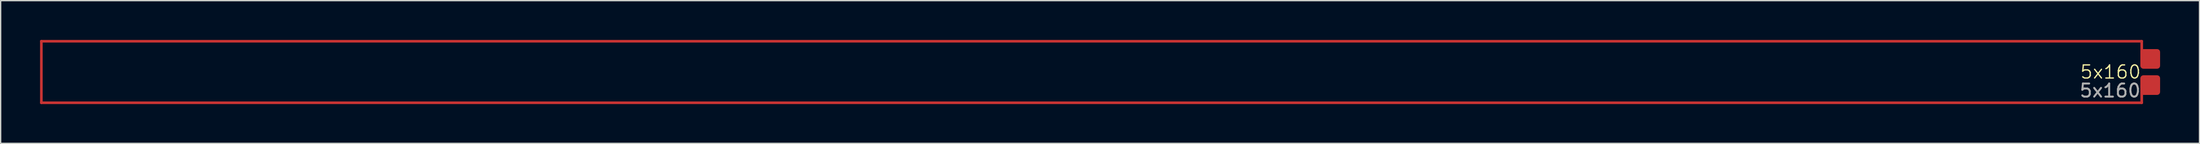
<source format=kicad_pcb>
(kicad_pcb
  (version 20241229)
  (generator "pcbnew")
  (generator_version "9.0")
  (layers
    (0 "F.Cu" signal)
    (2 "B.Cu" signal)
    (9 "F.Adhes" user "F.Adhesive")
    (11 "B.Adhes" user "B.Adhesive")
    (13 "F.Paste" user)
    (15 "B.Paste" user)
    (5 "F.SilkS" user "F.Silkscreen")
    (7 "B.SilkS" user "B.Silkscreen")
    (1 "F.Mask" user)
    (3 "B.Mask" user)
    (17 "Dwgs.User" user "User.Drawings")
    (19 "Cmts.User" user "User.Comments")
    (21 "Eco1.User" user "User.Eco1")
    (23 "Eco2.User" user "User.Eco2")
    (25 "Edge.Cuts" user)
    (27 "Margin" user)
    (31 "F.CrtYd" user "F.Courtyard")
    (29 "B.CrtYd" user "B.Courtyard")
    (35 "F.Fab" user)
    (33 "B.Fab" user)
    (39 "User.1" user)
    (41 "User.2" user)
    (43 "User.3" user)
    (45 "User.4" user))
  (footprint "5x160"
    (layer "F.Cu")
    (at 160.1 2.45)
    (property "Reference" "5x160" (at 0 0 0) (unlocked yes) (layer "F.SilkS") (effects (font (size 1 1) (thickness 0.1)) (justify right)))
    (attr smd)
    (fp_line (start -160 -2.35) (end -160 2.35) (stroke (width 0.2) (type default)) (layer "F.Cu"))
    (fp_line (start -160 2.35) (end 0 2.35) (stroke (width 0.2) (type default)) (layer "F.Cu"))
    (fp_line (start 0 -2.35) (end -160 -2.35) (stroke (width 0.2) (type default)) (layer "F.Cu"))
    (fp_line (start 0 -0.5) (end 0 -2.35) (stroke (width 0.2) (type default)) (layer "F.Cu"))
    (fp_line (start 0 2.35) (end 0 0.5) (stroke (width 0.2) (type default)) (layer "F.Cu"))
    (fp_text user "${REFERENCE}" (at 0 1.425 0) (unlocked yes) (layer "F.Fab") (effects (font (size 1 1) (thickness 0.15)) (justify right)))
    (pad "1" smd roundrect (at 0.65 -1) (size 1.5 1.5) (layers "F.Cu") (roundrect_rratio 0.15))
    (pad "2" smd roundrect (at 0.65 1) (size 1.5 1.5) (layers "F.Cu") (roundrect_rratio 0.15)))
  (gr_rect
    (start -3 -3)
    (end 164.5 7.9)
    (stroke (width 0.1) (type default))
    (fill no)
    (layer "Edge.Cuts")))
</source>
